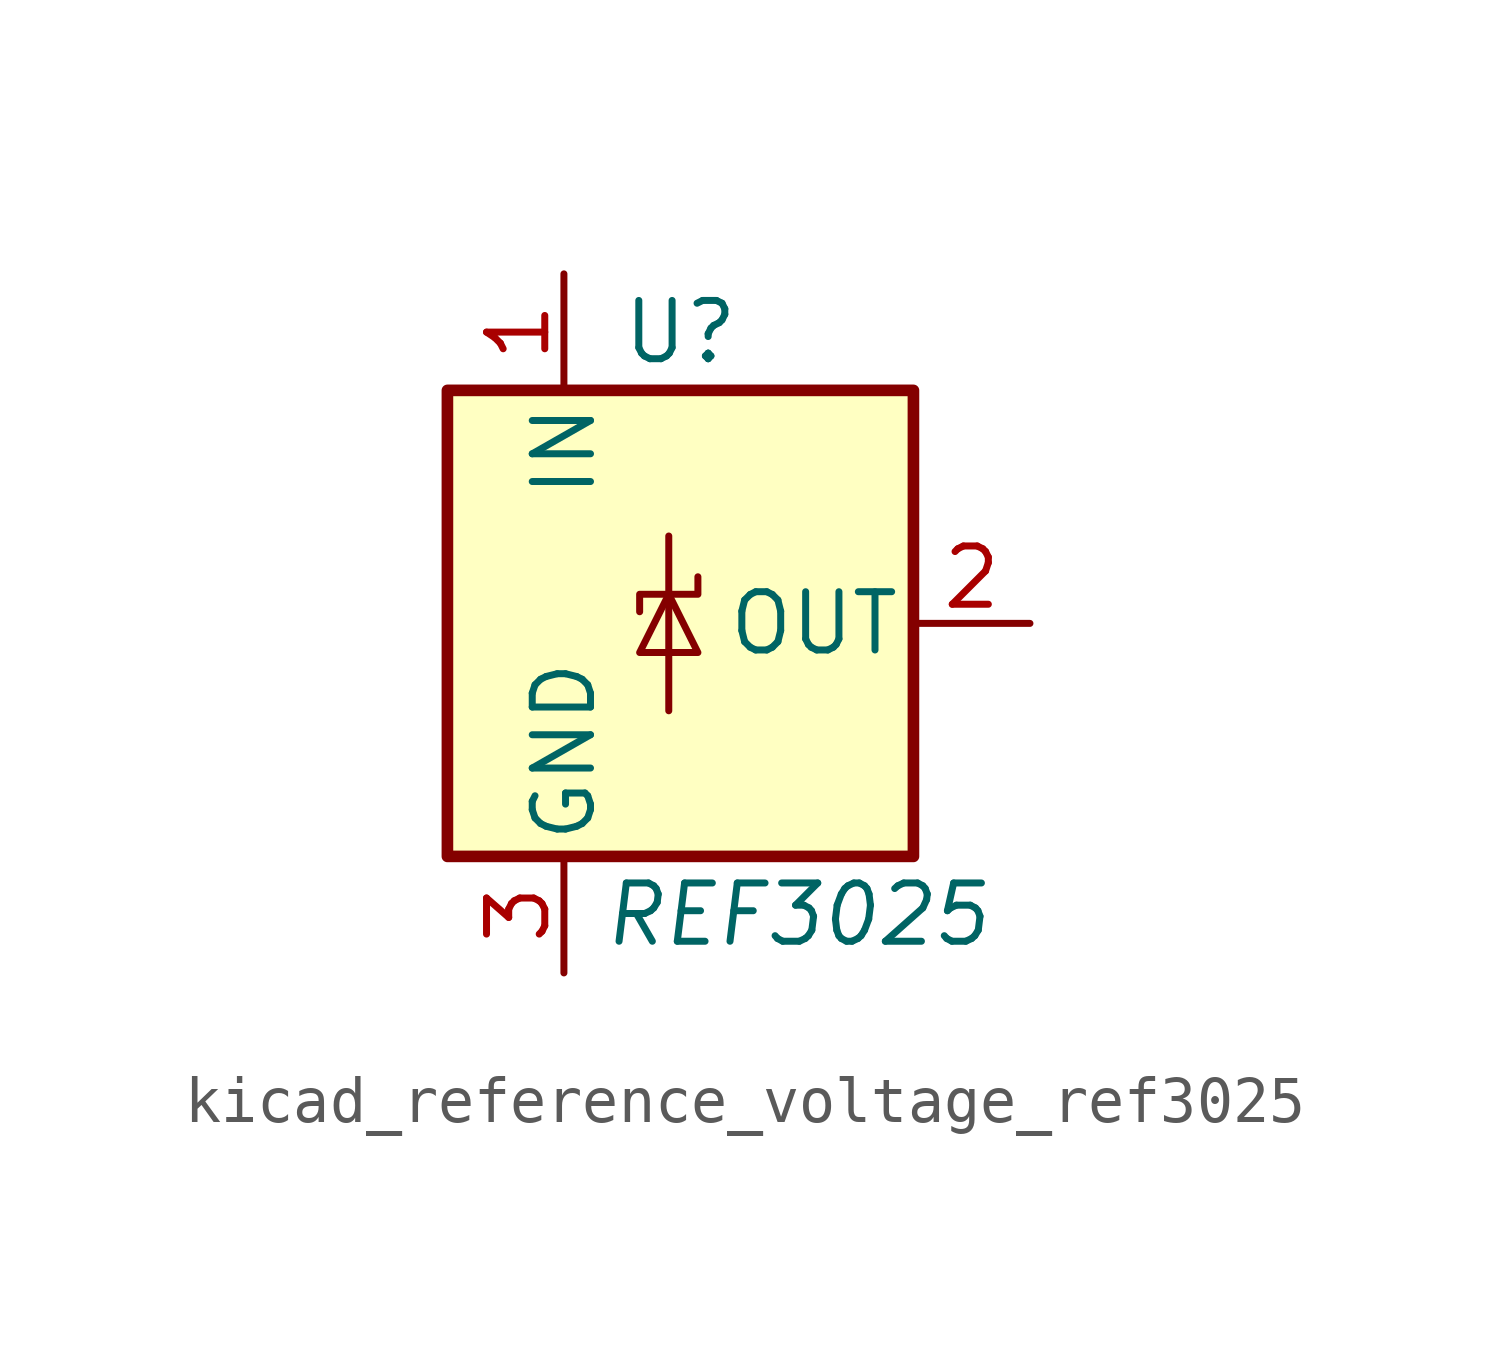
<source format=kicad_sym>
(kicad_symbol_lib
  (version 20220914)
  (generator kicad_symbol_editor)
  (symbol "kicad_reference_voltage_ref3025"
    (pin_names
      (offset 0.254))
    (property "Reference" "U"
      (at 0 6.35 0)
      (effects (font (size 1.27 1.27))))
    (property "Value" "REF3025"
      (at 2.54 -6.35 0)
      (effects (font (size 1.27 1.27) italic)))
    (symbol "kicad_reference_voltage_ref3025_0_1"
      (rectangle (start -5.08 5.08) (end 5.08 -5.08) (stroke (width 0.254) (type default)) (fill (type background)))
      (polyline (pts (xy -0.254 1.905) (xy -0.254 -1.905)) (stroke (width 0) (type default)) (fill (type none)))
      (polyline (pts (xy -0.889 -0.635) (xy 0.381 -0.635) (xy -0.254 0.635) (xy -0.889 -0.635)) (stroke (width 0) (type default)) (fill (type none)))
      (polyline (pts (xy 0.381 1.016) (xy 0.381 0.635) (xy -0.889 0.635) (xy -0.889 0.254)) (stroke (width 0) (type default)) (fill (type none))))
    (symbol "kicad_reference_voltage_ref3025_1_1"
      (pin power_in line (at -2.54 7.62 270) (length 2.54) (name "IN" (effects (font (size 1.27 1.27)))) (number "1" (effects (font (size 1.27 1.27)))))
      (pin power_out line (at 7.62 0 180) (length 2.54) (name "OUT" (effects (font (size 1.27 1.27)))) (number "2" (effects (font (size 1.27 1.27)))))
      (pin power_in line (at -2.54 -7.62 90) (length 2.54) (name "GND" (effects (font (size 1.27 1.27)))) (number "3" (effects (font (size 1.27 1.27))))))))
</source>
